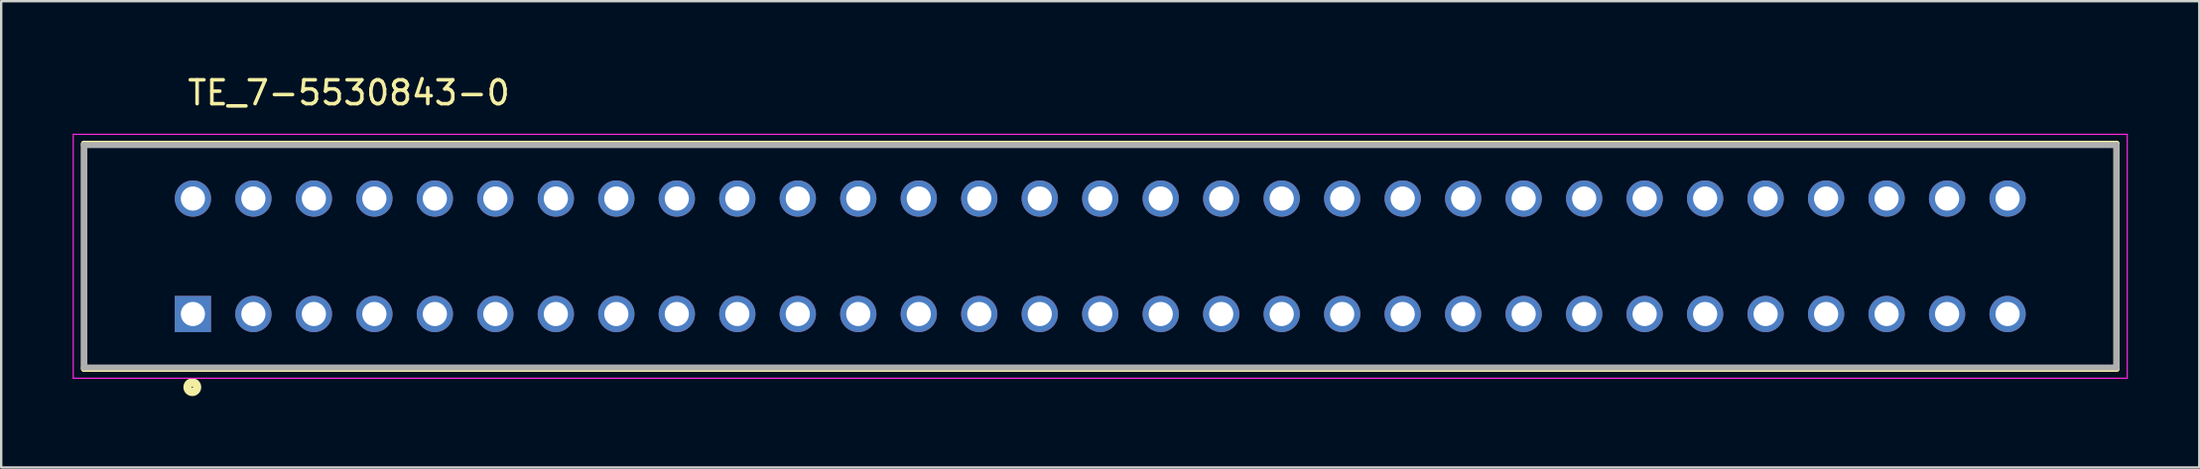
<source format=kicad_pcb>
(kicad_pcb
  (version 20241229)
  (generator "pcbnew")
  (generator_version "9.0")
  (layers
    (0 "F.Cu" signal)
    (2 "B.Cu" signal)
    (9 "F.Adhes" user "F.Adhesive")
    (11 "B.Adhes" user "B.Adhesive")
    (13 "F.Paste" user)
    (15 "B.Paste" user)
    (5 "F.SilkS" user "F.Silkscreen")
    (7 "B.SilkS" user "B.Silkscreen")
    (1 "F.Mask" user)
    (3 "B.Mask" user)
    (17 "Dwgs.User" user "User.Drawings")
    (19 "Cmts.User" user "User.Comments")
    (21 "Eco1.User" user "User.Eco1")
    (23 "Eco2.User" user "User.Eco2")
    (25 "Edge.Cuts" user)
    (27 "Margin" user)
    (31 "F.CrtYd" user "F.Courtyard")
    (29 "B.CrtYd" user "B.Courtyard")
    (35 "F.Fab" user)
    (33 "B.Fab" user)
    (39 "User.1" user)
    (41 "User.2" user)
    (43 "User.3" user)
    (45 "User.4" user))
  (footprint "TE_7-5530843-0"
    (layer "F.Cu")
    (at 43.15 7.72)
    (property "Reference" "TE_7-5530843-0" (at -31.554 -6.871 0) (layer "F.SilkS") (effects (font (size 1.002 1.002) (thickness 0.15))))
    (attr through_hole)
    (fp_line (start -42.672 -4.73) (end 42.672 -4.73) (stroke (width 0.254) (type solid)) (layer "F.SilkS"))
    (fp_line (start -42.672 4.73) (end -42.672 -4.73) (stroke (width 0.254) (type solid)) (layer "F.SilkS"))
    (fp_line (start 42.672 -4.73) (end 42.672 4.73) (stroke (width 0.254) (type solid)) (layer "F.SilkS"))
    (fp_line (start 42.672 4.73) (end -42.672 4.73) (stroke (width 0.254) (type solid)) (layer "F.SilkS"))
    (fp_circle (center -38.125 5.5) (end -37.925 5.5) (stroke (width 0.35) (type solid)) (fill no) (layer "F.SilkS"))
    (fp_line (start -43.125 -5.125) (end -43.125 5.125) (stroke (width 0.05) (type solid)) (layer "F.CrtYd"))
    (fp_line (start -43.125 5.125) (end 43.125 5.125) (stroke (width 0.05) (type solid)) (layer "F.CrtYd"))
    (fp_line (start 43.125 -5.125) (end -43.125 -5.125) (stroke (width 0.05) (type solid)) (layer "F.CrtYd"))
    (fp_line (start 43.125 5.125) (end 43.125 -5.125) (stroke (width 0.05) (type solid)) (layer "F.CrtYd"))
    (fp_line (start -42.672 -4.674) (end 42.672 -4.674) (stroke (width 0.254) (type solid)) (layer "F.Fab"))
    (fp_line (start -42.672 4.674) (end -42.672 -4.674) (stroke (width 0.254) (type solid)) (layer "F.Fab"))
    (fp_line (start 42.672 -4.674) (end 42.672 4.674) (stroke (width 0.254) (type solid)) (layer "F.Fab"))
    (fp_line (start 42.672 4.674) (end -42.672 4.674) (stroke (width 0.254) (type solid)) (layer "F.Fab"))
    (pad "1" thru_hole rect (at -38.1 2.426) (size 1.524 1.524) (drill 1.016) (layers "*.Cu" "*.Mask"))
    (pad "2" thru_hole circle (at -38.1 -2.426) (size 1.524 1.524) (drill 1.016) (layers "*.Cu" "*.Mask"))
    (pad "3" thru_hole circle (at -35.56 2.426) (size 1.524 1.524) (drill 1.016) (layers "*.Cu" "*.Mask"))
    (pad "4" thru_hole circle (at -35.56 -2.426) (size 1.524 1.524) (drill 1.016) (layers "*.Cu" "*.Mask"))
    (pad "5" thru_hole circle (at -33.02 2.426) (size 1.524 1.524) (drill 1.016) (layers "*.Cu" "*.Mask"))
    (pad "6" thru_hole circle (at -33.02 -2.426) (size 1.524 1.524) (drill 1.016) (layers "*.Cu" "*.Mask"))
    (pad "7" thru_hole circle (at -30.48 2.426) (size 1.524 1.524) (drill 1.016) (layers "*.Cu" "*.Mask"))
    (pad "8" thru_hole circle (at -30.48 -2.426) (size 1.524 1.524) (drill 1.016) (layers "*.Cu" "*.Mask"))
    (pad "9" thru_hole circle (at -27.94 2.426) (size 1.524 1.524) (drill 1.016) (layers "*.Cu" "*.Mask"))
    (pad "10" thru_hole circle (at -27.94 -2.426) (size 1.524 1.524) (drill 1.016) (layers "*.Cu" "*.Mask"))
    (pad "11" thru_hole circle (at -25.4 2.426) (size 1.524 1.524) (drill 1.016) (layers "*.Cu" "*.Mask"))
    (pad "12" thru_hole circle (at -25.4 -2.426) (size 1.524 1.524) (drill 1.016) (layers "*.Cu" "*.Mask"))
    (pad "13" thru_hole circle (at -22.86 2.426) (size 1.524 1.524) (drill 1.016) (layers "*.Cu" "*.Mask"))
    (pad "14" thru_hole circle (at -22.86 -2.426) (size 1.524 1.524) (drill 1.016) (layers "*.Cu" "*.Mask"))
    (pad "15" thru_hole circle (at -20.32 2.426) (size 1.524 1.524) (drill 1.016) (layers "*.Cu" "*.Mask"))
    (pad "16" thru_hole circle (at -20.32 -2.426) (size 1.524 1.524) (drill 1.016) (layers "*.Cu" "*.Mask"))
    (pad "17" thru_hole circle (at -17.78 2.426) (size 1.524 1.524) (drill 1.016) (layers "*.Cu" "*.Mask"))
    (pad "18" thru_hole circle (at -17.78 -2.426) (size 1.524 1.524) (drill 1.016) (layers "*.Cu" "*.Mask"))
    (pad "19" thru_hole circle (at -15.24 2.426) (size 1.524 1.524) (drill 1.016) (layers "*.Cu" "*.Mask"))
    (pad "20" thru_hole circle (at -15.24 -2.426) (size 1.524 1.524) (drill 1.016) (layers "*.Cu" "*.Mask"))
    (pad "21" thru_hole circle (at -12.7 2.426) (size 1.524 1.524) (drill 1.016) (layers "*.Cu" "*.Mask"))
    (pad "22" thru_hole circle (at -12.7 -2.426) (size 1.524 1.524) (drill 1.016) (layers "*.Cu" "*.Mask"))
    (pad "23" thru_hole circle (at -10.16 2.426) (size 1.524 1.524) (drill 1.016) (layers "*.Cu" "*.Mask"))
    (pad "24" thru_hole circle (at -10.16 -2.426) (size 1.524 1.524) (drill 1.016) (layers "*.Cu" "*.Mask"))
    (pad "25" thru_hole circle (at -7.62 2.426) (size 1.524 1.524) (drill 1.016) (layers "*.Cu" "*.Mask"))
    (pad "26" thru_hole circle (at -7.62 -2.426) (size 1.524 1.524) (drill 1.016) (layers "*.Cu" "*.Mask"))
    (pad "27" thru_hole circle (at -5.08 2.426) (size 1.524 1.524) (drill 1.016) (layers "*.Cu" "*.Mask"))
    (pad "28" thru_hole circle (at -5.08 -2.426) (size 1.524 1.524) (drill 1.016) (layers "*.Cu" "*.Mask"))
    (pad "29" thru_hole circle (at -2.54 2.426) (size 1.524 1.524) (drill 1.016) (layers "*.Cu" "*.Mask"))
    (pad "30" thru_hole circle (at -2.54 -2.426) (size 1.524 1.524) (drill 1.016) (layers "*.Cu" "*.Mask"))
    (pad "31" thru_hole circle (at 0 2.426) (size 1.524 1.524) (drill 1.016) (layers "*.Cu" "*.Mask"))
    (pad "32" thru_hole circle (at 0 -2.426) (size 1.524 1.524) (drill 1.016) (layers "*.Cu" "*.Mask"))
    (pad "33" thru_hole circle (at 2.54 2.426) (size 1.524 1.524) (drill 1.016) (layers "*.Cu" "*.Mask"))
    (pad "34" thru_hole circle (at 2.54 -2.426) (size 1.524 1.524) (drill 1.016) (layers "*.Cu" "*.Mask"))
    (pad "35" thru_hole circle (at 5.08 2.426) (size 1.524 1.524) (drill 1.016) (layers "*.Cu" "*.Mask"))
    (pad "36" thru_hole circle (at 5.08 -2.426) (size 1.524 1.524) (drill 1.016) (layers "*.Cu" "*.Mask"))
    (pad "37" thru_hole circle (at 7.62 2.426) (size 1.524 1.524) (drill 1.016) (layers "*.Cu" "*.Mask"))
    (pad "38" thru_hole circle (at 7.62 -2.426) (size 1.524 1.524) (drill 1.016) (layers "*.Cu" "*.Mask"))
    (pad "39" thru_hole circle (at 10.16 2.426) (size 1.524 1.524) (drill 1.016) (layers "*.Cu" "*.Mask"))
    (pad "40" thru_hole circle (at 10.16 -2.426) (size 1.524 1.524) (drill 1.016) (layers "*.Cu" "*.Mask"))
    (pad "41" thru_hole circle (at 12.7 2.426) (size 1.524 1.524) (drill 1.016) (layers "*.Cu" "*.Mask"))
    (pad "42" thru_hole circle (at 12.7 -2.426) (size 1.524 1.524) (drill 1.016) (layers "*.Cu" "*.Mask"))
    (pad "43" thru_hole circle (at 15.24 2.426) (size 1.524 1.524) (drill 1.016) (layers "*.Cu" "*.Mask"))
    (pad "44" thru_hole circle (at 15.24 -2.426) (size 1.524 1.524) (drill 1.016) (layers "*.Cu" "*.Mask"))
    (pad "45" thru_hole circle (at 17.78 2.426) (size 1.524 1.524) (drill 1.016) (layers "*.Cu" "*.Mask"))
    (pad "46" thru_hole circle (at 17.78 -2.426) (size 1.524 1.524) (drill 1.016) (layers "*.Cu" "*.Mask"))
    (pad "47" thru_hole circle (at 20.32 2.426) (size 1.524 1.524) (drill 1.016) (layers "*.Cu" "*.Mask"))
    (pad "48" thru_hole circle (at 20.32 -2.426) (size 1.524 1.524) (drill 1.016) (layers "*.Cu" "*.Mask"))
    (pad "49" thru_hole circle (at 22.86 2.426) (size 1.524 1.524) (drill 1.016) (layers "*.Cu" "*.Mask"))
    (pad "50" thru_hole circle (at 22.86 -2.426) (size 1.524 1.524) (drill 1.016) (layers "*.Cu" "*.Mask"))
    (pad "51" thru_hole circle (at 25.4 2.426) (size 1.524 1.524) (drill 1.016) (layers "*.Cu" "*.Mask"))
    (pad "52" thru_hole circle (at 25.4 -2.426) (size 1.524 1.524) (drill 1.016) (layers "*.Cu" "*.Mask"))
    (pad "53" thru_hole circle (at 27.94 2.426) (size 1.524 1.524) (drill 1.016) (layers "*.Cu" "*.Mask"))
    (pad "54" thru_hole circle (at 27.94 -2.426) (size 1.524 1.524) (drill 1.016) (layers "*.Cu" "*.Mask"))
    (pad "55" thru_hole circle (at 30.48 2.426) (size 1.524 1.524) (drill 1.016) (layers "*.Cu" "*.Mask"))
    (pad "56" thru_hole circle (at 30.48 -2.426) (size 1.524 1.524) (drill 1.016) (layers "*.Cu" "*.Mask"))
    (pad "57" thru_hole circle (at 33.02 2.426) (size 1.524 1.524) (drill 1.016) (layers "*.Cu" "*.Mask"))
    (pad "58" thru_hole circle (at 33.02 -2.426) (size 1.524 1.524) (drill 1.016) (layers "*.Cu" "*.Mask"))
    (pad "59" thru_hole circle (at 35.56 2.426) (size 1.524 1.524) (drill 1.016) (layers "*.Cu" "*.Mask"))
    (pad "60" thru_hole circle (at 35.56 -2.426) (size 1.524 1.524) (drill 1.016) (layers "*.Cu" "*.Mask"))
    (pad "61" thru_hole circle (at 38.1 2.426) (size 1.524 1.524) (drill 1.016) (layers "*.Cu" "*.Mask"))
    (pad "62" thru_hole circle (at 38.1 -2.426) (size 1.524 1.524) (drill 1.016) (layers "*.Cu" "*.Mask")))
  (gr_rect
    (start -3 -3)
    (end 89.3 16.595)
    (stroke (width 0.1) (type default))
    (fill no)
    (layer "Edge.Cuts")))
</source>
